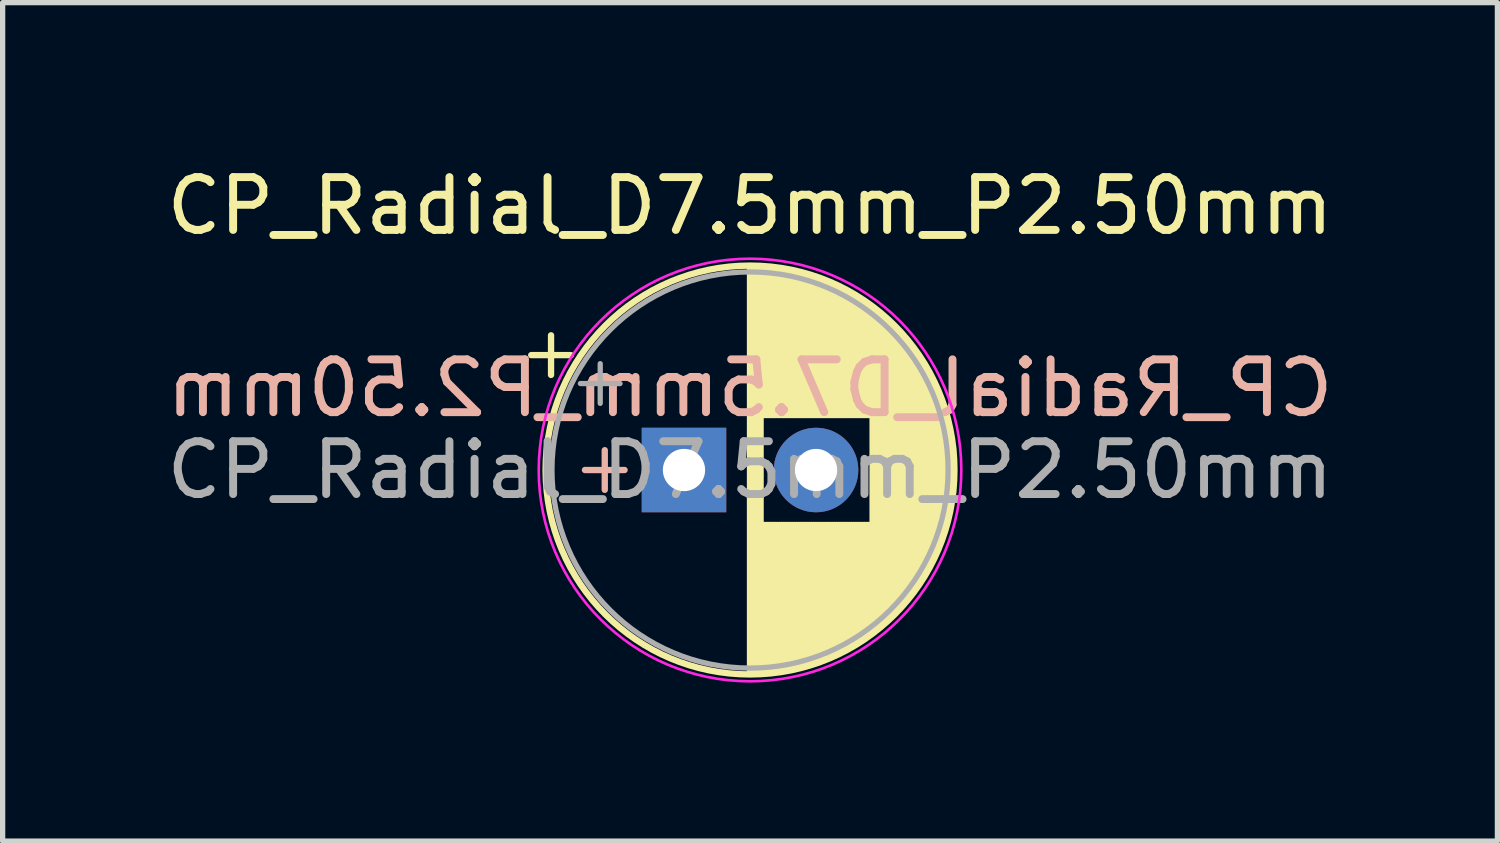
<source format=kicad_pcb>
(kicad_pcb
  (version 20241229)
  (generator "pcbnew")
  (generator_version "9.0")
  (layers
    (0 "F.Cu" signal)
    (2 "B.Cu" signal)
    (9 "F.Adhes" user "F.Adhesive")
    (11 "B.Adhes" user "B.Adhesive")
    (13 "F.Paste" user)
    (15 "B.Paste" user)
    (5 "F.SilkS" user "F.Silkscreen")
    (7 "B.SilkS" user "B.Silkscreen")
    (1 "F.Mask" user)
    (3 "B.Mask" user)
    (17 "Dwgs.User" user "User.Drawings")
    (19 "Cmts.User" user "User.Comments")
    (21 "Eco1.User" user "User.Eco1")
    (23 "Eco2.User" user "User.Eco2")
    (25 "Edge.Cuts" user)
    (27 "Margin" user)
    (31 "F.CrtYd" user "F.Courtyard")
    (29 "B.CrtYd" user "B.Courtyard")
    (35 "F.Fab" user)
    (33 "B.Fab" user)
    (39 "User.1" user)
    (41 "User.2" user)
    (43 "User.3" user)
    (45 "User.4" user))
  (footprint "CP_Radial_D7.5mm_P2.50mm"
    (layer "F.Cu")
    (at 9.899 5.848)
    (property "Reference" "CP_Radial_D7.5mm_P2.50mm" (at 1.25 -5 0) (layer "F.SilkS") (effects (font (size 1 1) (thickness 0.15))))
    (fp_line (start -2.892 -2.175) (end -2.142 -2.175) (stroke (width 0.12) (type solid)) (layer "F.SilkS"))
    (fp_line (start -2.517 -2.55) (end -2.517 -1.8) (stroke (width 0.12) (type solid)) (layer "F.SilkS"))
    (fp_line (start 1.25 -3.83) (end 1.25 3.83) (stroke (width 0.12) (type solid)) (layer "F.SilkS"))
    (fp_line (start 1.29 -3.83) (end 1.29 3.83) (stroke (width 0.12) (type solid)) (layer "F.SilkS"))
    (fp_line (start 1.33 -3.83) (end 1.33 3.83) (stroke (width 0.12) (type solid)) (layer "F.SilkS"))
    (fp_line (start 1.37 -3.829) (end 1.37 3.829) (stroke (width 0.12) (type solid)) (layer "F.SilkS"))
    (fp_line (start 1.41 -3.827) (end 1.41 3.827) (stroke (width 0.12) (type solid)) (layer "F.SilkS"))
    (fp_line (start 1.45 -3.825) (end 1.45 3.825) (stroke (width 0.12) (type solid)) (layer "F.SilkS"))
    (fp_line (start 1.49 -3.823) (end 1.49 -1.04) (stroke (width 0.12) (type solid)) (layer "F.SilkS"))
    (fp_line (start 1.49 1.04) (end 1.49 3.823) (stroke (width 0.12) (type solid)) (layer "F.SilkS"))
    (fp_line (start 1.53 -3.82) (end 1.53 -1.04) (stroke (width 0.12) (type solid)) (layer "F.SilkS"))
    (fp_line (start 1.53 1.04) (end 1.53 3.82) (stroke (width 0.12) (type solid)) (layer "F.SilkS"))
    (fp_line (start 1.57 -3.817) (end 1.57 -1.04) (stroke (width 0.12) (type solid)) (layer "F.SilkS"))
    (fp_line (start 1.57 1.04) (end 1.57 3.817) (stroke (width 0.12) (type solid)) (layer "F.SilkS"))
    (fp_line (start 1.61 -3.814) (end 1.61 -1.04) (stroke (width 0.12) (type solid)) (layer "F.SilkS"))
    (fp_line (start 1.61 1.04) (end 1.61 3.814) (stroke (width 0.12) (type solid)) (layer "F.SilkS"))
    (fp_line (start 1.65 -3.81) (end 1.65 -1.04) (stroke (width 0.12) (type solid)) (layer "F.SilkS"))
    (fp_line (start 1.65 1.04) (end 1.65 3.81) (stroke (width 0.12) (type solid)) (layer "F.SilkS"))
    (fp_line (start 1.69 -3.805) (end 1.69 -1.04) (stroke (width 0.12) (type solid)) (layer "F.SilkS"))
    (fp_line (start 1.69 1.04) (end 1.69 3.805) (stroke (width 0.12) (type solid)) (layer "F.SilkS"))
    (fp_line (start 1.73 -3.801) (end 1.73 -1.04) (stroke (width 0.12) (type solid)) (layer "F.SilkS"))
    (fp_line (start 1.73 1.04) (end 1.73 3.801) (stroke (width 0.12) (type solid)) (layer "F.SilkS"))
    (fp_line (start 1.77 -3.795) (end 1.77 -1.04) (stroke (width 0.12) (type solid)) (layer "F.SilkS"))
    (fp_line (start 1.77 1.04) (end 1.77 3.795) (stroke (width 0.12) (type solid)) (layer "F.SilkS"))
    (fp_line (start 1.81 -3.79) (end 1.81 -1.04) (stroke (width 0.12) (type solid)) (layer "F.SilkS"))
    (fp_line (start 1.81 1.04) (end 1.81 3.79) (stroke (width 0.12) (type solid)) (layer "F.SilkS"))
    (fp_line (start 1.85 -3.784) (end 1.85 -1.04) (stroke (width 0.12) (type solid)) (layer "F.SilkS"))
    (fp_line (start 1.85 1.04) (end 1.85 3.784) (stroke (width 0.12) (type solid)) (layer "F.SilkS"))
    (fp_line (start 1.89 -3.777) (end 1.89 -1.04) (stroke (width 0.12) (type solid)) (layer "F.SilkS"))
    (fp_line (start 1.89 1.04) (end 1.89 3.777) (stroke (width 0.12) (type solid)) (layer "F.SilkS"))
    (fp_line (start 1.93 -3.77) (end 1.93 -1.04) (stroke (width 0.12) (type solid)) (layer "F.SilkS"))
    (fp_line (start 1.93 1.04) (end 1.93 3.77) (stroke (width 0.12) (type solid)) (layer "F.SilkS"))
    (fp_line (start 1.971 -3.763) (end 1.971 -1.04) (stroke (width 0.12) (type solid)) (layer "F.SilkS"))
    (fp_line (start 1.971 1.04) (end 1.971 3.763) (stroke (width 0.12) (type solid)) (layer "F.SilkS"))
    (fp_line (start 2.011 -3.755) (end 2.011 -1.04) (stroke (width 0.12) (type solid)) (layer "F.SilkS"))
    (fp_line (start 2.011 1.04) (end 2.011 3.755) (stroke (width 0.12) (type solid)) (layer "F.SilkS"))
    (fp_line (start 2.051 -3.747) (end 2.051 -1.04) (stroke (width 0.12) (type solid)) (layer "F.SilkS"))
    (fp_line (start 2.051 1.04) (end 2.051 3.747) (stroke (width 0.12) (type solid)) (layer "F.SilkS"))
    (fp_line (start 2.091 -3.738) (end 2.091 -1.04) (stroke (width 0.12) (type solid)) (layer "F.SilkS"))
    (fp_line (start 2.091 1.04) (end 2.091 3.738) (stroke (width 0.12) (type solid)) (layer "F.SilkS"))
    (fp_line (start 2.131 -3.729) (end 2.131 -1.04) (stroke (width 0.12) (type solid)) (layer "F.SilkS"))
    (fp_line (start 2.131 1.04) (end 2.131 3.729) (stroke (width 0.12) (type solid)) (layer "F.SilkS"))
    (fp_line (start 2.171 -3.72) (end 2.171 -1.04) (stroke (width 0.12) (type solid)) (layer "F.SilkS"))
    (fp_line (start 2.171 1.04) (end 2.171 3.72) (stroke (width 0.12) (type solid)) (layer "F.SilkS"))
    (fp_line (start 2.211 -3.71) (end 2.211 -1.04) (stroke (width 0.12) (type solid)) (layer "F.SilkS"))
    (fp_line (start 2.211 1.04) (end 2.211 3.71) (stroke (width 0.12) (type solid)) (layer "F.SilkS"))
    (fp_line (start 2.251 -3.699) (end 2.251 -1.04) (stroke (width 0.12) (type solid)) (layer "F.SilkS"))
    (fp_line (start 2.251 1.04) (end 2.251 3.699) (stroke (width 0.12) (type solid)) (layer "F.SilkS"))
    (fp_line (start 2.291 -3.688) (end 2.291 -1.04) (stroke (width 0.12) (type solid)) (layer "F.SilkS"))
    (fp_line (start 2.291 1.04) (end 2.291 3.688) (stroke (width 0.12) (type solid)) (layer "F.SilkS"))
    (fp_line (start 2.331 -3.677) (end 2.331 -1.04) (stroke (width 0.12) (type solid)) (layer "F.SilkS"))
    (fp_line (start 2.331 1.04) (end 2.331 3.677) (stroke (width 0.12) (type solid)) (layer "F.SilkS"))
    (fp_line (start 2.371 -3.665) (end 2.371 -1.04) (stroke (width 0.12) (type solid)) (layer "F.SilkS"))
    (fp_line (start 2.371 1.04) (end 2.371 3.665) (stroke (width 0.12) (type solid)) (layer "F.SilkS"))
    (fp_line (start 2.411 -3.653) (end 2.411 -1.04) (stroke (width 0.12) (type solid)) (layer "F.SilkS"))
    (fp_line (start 2.411 1.04) (end 2.411 3.653) (stroke (width 0.12) (type solid)) (layer "F.SilkS"))
    (fp_line (start 2.451 -3.64) (end 2.451 -1.04) (stroke (width 0.12) (type solid)) (layer "F.SilkS"))
    (fp_line (start 2.451 1.04) (end 2.451 3.64) (stroke (width 0.12) (type solid)) (layer "F.SilkS"))
    (fp_line (start 2.491 -3.626) (end 2.491 -1.04) (stroke (width 0.12) (type solid)) (layer "F.SilkS"))
    (fp_line (start 2.491 1.04) (end 2.491 3.626) (stroke (width 0.12) (type solid)) (layer "F.SilkS"))
    (fp_line (start 2.531 -3.613) (end 2.531 -1.04) (stroke (width 0.12) (type solid)) (layer "F.SilkS"))
    (fp_line (start 2.531 1.04) (end 2.531 3.613) (stroke (width 0.12) (type solid)) (layer "F.SilkS"))
    (fp_line (start 2.571 -3.598) (end 2.571 -1.04) (stroke (width 0.12) (type solid)) (layer "F.SilkS"))
    (fp_line (start 2.571 1.04) (end 2.571 3.598) (stroke (width 0.12) (type solid)) (layer "F.SilkS"))
    (fp_line (start 2.611 -3.584) (end 2.611 -1.04) (stroke (width 0.12) (type solid)) (layer "F.SilkS"))
    (fp_line (start 2.611 1.04) (end 2.611 3.584) (stroke (width 0.12) (type solid)) (layer "F.SilkS"))
    (fp_line (start 2.651 -3.568) (end 2.651 -1.04) (stroke (width 0.12) (type solid)) (layer "F.SilkS"))
    (fp_line (start 2.651 1.04) (end 2.651 3.568) (stroke (width 0.12) (type solid)) (layer "F.SilkS"))
    (fp_line (start 2.691 -3.553) (end 2.691 -1.04) (stroke (width 0.12) (type solid)) (layer "F.SilkS"))
    (fp_line (start 2.691 1.04) (end 2.691 3.553) (stroke (width 0.12) (type solid)) (layer "F.SilkS"))
    (fp_line (start 2.731 -3.536) (end 2.731 -1.04) (stroke (width 0.12) (type solid)) (layer "F.SilkS"))
    (fp_line (start 2.731 1.04) (end 2.731 3.536) (stroke (width 0.12) (type solid)) (layer "F.SilkS"))
    (fp_line (start 2.771 -3.52) (end 2.771 -1.04) (stroke (width 0.12) (type solid)) (layer "F.SilkS"))
    (fp_line (start 2.771 1.04) (end 2.771 3.52) (stroke (width 0.12) (type solid)) (layer "F.SilkS"))
    (fp_line (start 2.811 -3.502) (end 2.811 -1.04) (stroke (width 0.12) (type solid)) (layer "F.SilkS"))
    (fp_line (start 2.811 1.04) (end 2.811 3.502) (stroke (width 0.12) (type solid)) (layer "F.SilkS"))
    (fp_line (start 2.851 -3.484) (end 2.851 -1.04) (stroke (width 0.12) (type solid)) (layer "F.SilkS"))
    (fp_line (start 2.851 1.04) (end 2.851 3.484) (stroke (width 0.12) (type solid)) (layer "F.SilkS"))
    (fp_line (start 2.891 -3.466) (end 2.891 -1.04) (stroke (width 0.12) (type solid)) (layer "F.SilkS"))
    (fp_line (start 2.891 1.04) (end 2.891 3.466) (stroke (width 0.12) (type solid)) (layer "F.SilkS"))
    (fp_line (start 2.931 -3.447) (end 2.931 -1.04) (stroke (width 0.12) (type solid)) (layer "F.SilkS"))
    (fp_line (start 2.931 1.04) (end 2.931 3.447) (stroke (width 0.12) (type solid)) (layer "F.SilkS"))
    (fp_line (start 2.971 -3.427) (end 2.971 -1.04) (stroke (width 0.12) (type solid)) (layer "F.SilkS"))
    (fp_line (start 2.971 1.04) (end 2.971 3.427) (stroke (width 0.12) (type solid)) (layer "F.SilkS"))
    (fp_line (start 3.011 -3.407) (end 3.011 -1.04) (stroke (width 0.12) (type solid)) (layer "F.SilkS"))
    (fp_line (start 3.011 1.04) (end 3.011 3.407) (stroke (width 0.12) (type solid)) (layer "F.SilkS"))
    (fp_line (start 3.051 -3.386) (end 3.051 -1.04) (stroke (width 0.12) (type solid)) (layer "F.SilkS"))
    (fp_line (start 3.051 1.04) (end 3.051 3.386) (stroke (width 0.12) (type solid)) (layer "F.SilkS"))
    (fp_line (start 3.091 -3.365) (end 3.091 -1.04) (stroke (width 0.12) (type solid)) (layer "F.SilkS"))
    (fp_line (start 3.091 1.04) (end 3.091 3.365) (stroke (width 0.12) (type solid)) (layer "F.SilkS"))
    (fp_line (start 3.131 -3.343) (end 3.131 -1.04) (stroke (width 0.12) (type solid)) (layer "F.SilkS"))
    (fp_line (start 3.131 1.04) (end 3.131 3.343) (stroke (width 0.12) (type solid)) (layer "F.SilkS"))
    (fp_line (start 3.171 -3.321) (end 3.171 -1.04) (stroke (width 0.12) (type solid)) (layer "F.SilkS"))
    (fp_line (start 3.171 1.04) (end 3.171 3.321) (stroke (width 0.12) (type solid)) (layer "F.SilkS"))
    (fp_line (start 3.211 -3.297) (end 3.211 -1.04) (stroke (width 0.12) (type solid)) (layer "F.SilkS"))
    (fp_line (start 3.211 1.04) (end 3.211 3.297) (stroke (width 0.12) (type solid)) (layer "F.SilkS"))
    (fp_line (start 3.251 -3.274) (end 3.251 -1.04) (stroke (width 0.12) (type solid)) (layer "F.SilkS"))
    (fp_line (start 3.251 1.04) (end 3.251 3.274) (stroke (width 0.12) (type solid)) (layer "F.SilkS"))
    (fp_line (start 3.291 -3.249) (end 3.291 -1.04) (stroke (width 0.12) (type solid)) (layer "F.SilkS"))
    (fp_line (start 3.291 1.04) (end 3.291 3.249) (stroke (width 0.12) (type solid)) (layer "F.SilkS"))
    (fp_line (start 3.331 -3.224) (end 3.331 -1.04) (stroke (width 0.12) (type solid)) (layer "F.SilkS"))
    (fp_line (start 3.331 1.04) (end 3.331 3.224) (stroke (width 0.12) (type solid)) (layer "F.SilkS"))
    (fp_line (start 3.371 -3.198) (end 3.371 -1.04) (stroke (width 0.12) (type solid)) (layer "F.SilkS"))
    (fp_line (start 3.371 1.04) (end 3.371 3.198) (stroke (width 0.12) (type solid)) (layer "F.SilkS"))
    (fp_line (start 3.411 -3.172) (end 3.411 -1.04) (stroke (width 0.12) (type solid)) (layer "F.SilkS"))
    (fp_line (start 3.411 1.04) (end 3.411 3.172) (stroke (width 0.12) (type solid)) (layer "F.SilkS"))
    (fp_line (start 3.451 -3.144) (end 3.451 -1.04) (stroke (width 0.12) (type solid)) (layer "F.SilkS"))
    (fp_line (start 3.451 1.04) (end 3.451 3.144) (stroke (width 0.12) (type solid)) (layer "F.SilkS"))
    (fp_line (start 3.491 -3.116) (end 3.491 -1.04) (stroke (width 0.12) (type solid)) (layer "F.SilkS"))
    (fp_line (start 3.491 1.04) (end 3.491 3.116) (stroke (width 0.12) (type solid)) (layer "F.SilkS"))
    (fp_line (start 3.531 -3.088) (end 3.531 -1.04) (stroke (width 0.12) (type solid)) (layer "F.SilkS"))
    (fp_line (start 3.531 1.04) (end 3.531 3.088) (stroke (width 0.12) (type solid)) (layer "F.SilkS"))
    (fp_line (start 3.571 -3.058) (end 3.571 3.058) (stroke (width 0.12) (type solid)) (layer "F.SilkS"))
    (fp_line (start 3.611 -3.028) (end 3.611 3.028) (stroke (width 0.12) (type solid)) (layer "F.SilkS"))
    (fp_line (start 3.651 -2.996) (end 3.651 2.996) (stroke (width 0.12) (type solid)) (layer "F.SilkS"))
    (fp_line (start 3.691 -2.964) (end 3.691 2.964) (stroke (width 0.12) (type solid)) (layer "F.SilkS"))
    (fp_line (start 3.731 -2.931) (end 3.731 2.931) (stroke (width 0.12) (type solid)) (layer "F.SilkS"))
    (fp_line (start 3.771 -2.898) (end 3.771 2.898) (stroke (width 0.12) (type solid)) (layer "F.SilkS"))
    (fp_line (start 3.811 -2.863) (end 3.811 2.863) (stroke (width 0.12) (type solid)) (layer "F.SilkS"))
    (fp_line (start 3.851 -2.827) (end 3.851 2.827) (stroke (width 0.12) (type solid)) (layer "F.SilkS"))
    (fp_line (start 3.891 -2.79) (end 3.891 2.79) (stroke (width 0.12) (type solid)) (layer "F.SilkS"))
    (fp_line (start 3.931 -2.752) (end 3.931 2.752) (stroke (width 0.12) (type solid)) (layer "F.SilkS"))
    (fp_line (start 3.971 -2.713) (end 3.971 2.713) (stroke (width 0.12) (type solid)) (layer "F.SilkS"))
    (fp_line (start 4.011 -2.673) (end 4.011 2.673) (stroke (width 0.12) (type solid)) (layer "F.SilkS"))
    (fp_line (start 4.051 -2.632) (end 4.051 2.632) (stroke (width 0.12) (type solid)) (layer "F.SilkS"))
    (fp_line (start 4.091 -2.589) (end 4.091 2.589) (stroke (width 0.12) (type solid)) (layer "F.SilkS"))
    (fp_line (start 4.131 -2.546) (end 4.131 2.546) (stroke (width 0.12) (type solid)) (layer "F.SilkS"))
    (fp_line (start 4.171 -2.5) (end 4.171 2.5) (stroke (width 0.12) (type solid)) (layer "F.SilkS"))
    (fp_line (start 4.211 -2.454) (end 4.211 2.454) (stroke (width 0.12) (type solid)) (layer "F.SilkS"))
    (fp_line (start 4.251 -2.405) (end 4.251 2.405) (stroke (width 0.12) (type solid)) (layer "F.SilkS"))
    (fp_line (start 4.291 -2.355) (end 4.291 2.355) (stroke (width 0.12) (type solid)) (layer "F.SilkS"))
    (fp_line (start 4.331 -2.304) (end 4.331 2.304) (stroke (width 0.12) (type solid)) (layer "F.SilkS"))
    (fp_line (start 4.371 -2.25) (end 4.371 2.25) (stroke (width 0.12) (type solid)) (layer "F.SilkS"))
    (fp_line (start 4.411 -2.195) (end 4.411 2.195) (stroke (width 0.12) (type solid)) (layer "F.SilkS"))
    (fp_line (start 4.451 -2.137) (end 4.451 2.137) (stroke (width 0.12) (type solid)) (layer "F.SilkS"))
    (fp_line (start 4.491 -2.077) (end 4.491 2.077) (stroke (width 0.12) (type solid)) (layer "F.SilkS"))
    (fp_line (start 4.531 -2.014) (end 4.531 2.014) (stroke (width 0.12) (type solid)) (layer "F.SilkS"))
    (fp_line (start 4.571 -1.949) (end 4.571 1.949) (stroke (width 0.12) (type solid)) (layer "F.SilkS"))
    (fp_line (start 4.611 -1.881) (end 4.611 1.881) (stroke (width 0.12) (type solid)) (layer "F.SilkS"))
    (fp_line (start 4.651 -1.809) (end 4.651 1.809) (stroke (width 0.12) (type solid)) (layer "F.SilkS"))
    (fp_line (start 4.691 -1.733) (end 4.691 1.733) (stroke (width 0.12) (type solid)) (layer "F.SilkS"))
    (fp_line (start 4.731 -1.654) (end 4.731 1.654) (stroke (width 0.12) (type solid)) (layer "F.SilkS"))
    (fp_line (start 4.771 -1.569) (end 4.771 1.569) (stroke (width 0.12) (type solid)) (layer "F.SilkS"))
    (fp_line (start 4.811 -1.478) (end 4.811 1.478) (stroke (width 0.12) (type solid)) (layer "F.SilkS"))
    (fp_line (start 4.851 -1.381) (end 4.851 1.381) (stroke (width 0.12) (type solid)) (layer "F.SilkS"))
    (fp_line (start 4.891 -1.275) (end 4.891 1.275) (stroke (width 0.12) (type solid)) (layer "F.SilkS"))
    (fp_line (start 4.931 -1.158) (end 4.931 1.158) (stroke (width 0.12) (type solid)) (layer "F.SilkS"))
    (fp_line (start 4.971 -1.028) (end 4.971 1.028) (stroke (width 0.12) (type solid)) (layer "F.SilkS"))
    (fp_line (start 5.011 -0.877) (end 5.011 0.877) (stroke (width 0.12) (type solid)) (layer "F.SilkS"))
    (fp_line (start 5.051 -0.693) (end 5.051 0.693) (stroke (width 0.12) (type solid)) (layer "F.SilkS"))
    (fp_line (start 5.091 -0.441) (end 5.091 0.441) (stroke (width 0.12) (type solid)) (layer "F.SilkS"))
    (fp_circle (center 1.25 0) (end 5.12 0) (stroke (width 0.12) (type solid)) (fill no) (layer "F.SilkS"))
    (fp_line (start -1.5 -0.375) (end -1.5 0.375) (stroke (width 0.12) (type solid)) (layer "B.SilkS"))
    (fp_line (start -1.125 0) (end -1.875 0) (stroke (width 0.12) (type solid)) (layer "B.SilkS"))
    (fp_circle (center 1.25 0) (end 5.25 0) (stroke (width 0.05) (type solid)) (fill no) (layer "F.CrtYd"))
    (fp_line (start -1.961 -1.637) (end -1.211 -1.637) (stroke (width 0.1) (type solid)) (layer "F.Fab"))
    (fp_line (start -1.586 -2.013) (end -1.586 -1.262) (stroke (width 0.1) (type solid)) (layer "F.Fab"))
    (fp_circle (center 1.25 0) (end 5 0) (stroke (width 0.1) (type solid)) (fill no) (layer "F.Fab"))
    (fp_text user "${REFERENCE}" (at 1.25 -1.55 0) (layer "B.SilkS") (effects (font (size 1 1) (thickness 0.15)) (justify mirror)))
    (fp_text user "${REFERENCE}" (at 1.25 0 0) (layer "F.Fab") (effects (font (size 1 1) (thickness 0.15))))
    (pad "1" thru_hole rect (at 0 0) (size 1.6 1.6) (drill 0.8) (layers "*.Cu" "*.Mask"))
    (pad "2" thru_hole circle (at 2.5 0) (size 1.6 1.6) (drill 0.8) (layers "*.Cu" "*.Mask")))
  (gr_rect
    (start -3 -3)
    (end 25.298 12.873)
    (stroke (width 0.1) (type default))
    (fill no)
    (layer "Edge.Cuts")))
</source>
